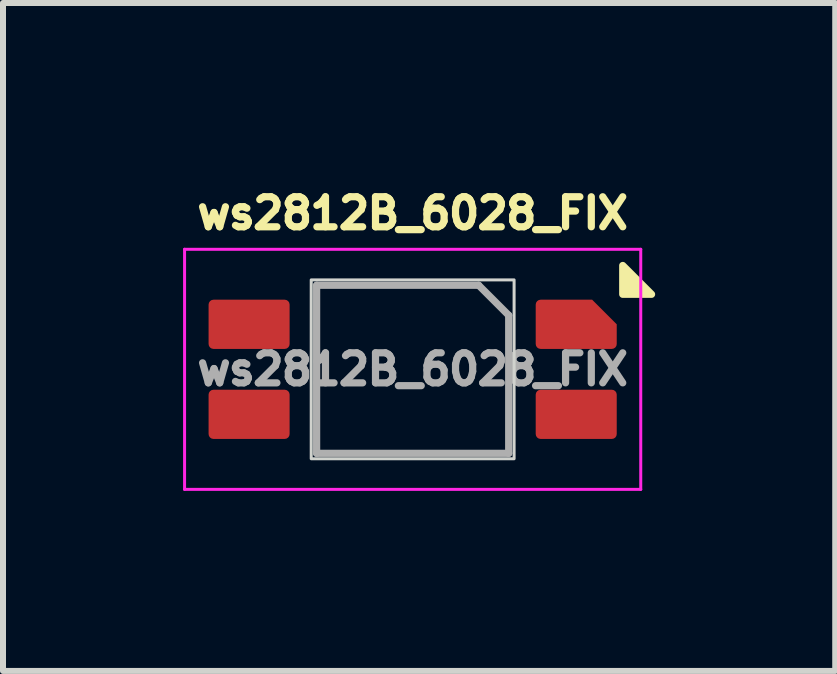
<source format=kicad_pcb>
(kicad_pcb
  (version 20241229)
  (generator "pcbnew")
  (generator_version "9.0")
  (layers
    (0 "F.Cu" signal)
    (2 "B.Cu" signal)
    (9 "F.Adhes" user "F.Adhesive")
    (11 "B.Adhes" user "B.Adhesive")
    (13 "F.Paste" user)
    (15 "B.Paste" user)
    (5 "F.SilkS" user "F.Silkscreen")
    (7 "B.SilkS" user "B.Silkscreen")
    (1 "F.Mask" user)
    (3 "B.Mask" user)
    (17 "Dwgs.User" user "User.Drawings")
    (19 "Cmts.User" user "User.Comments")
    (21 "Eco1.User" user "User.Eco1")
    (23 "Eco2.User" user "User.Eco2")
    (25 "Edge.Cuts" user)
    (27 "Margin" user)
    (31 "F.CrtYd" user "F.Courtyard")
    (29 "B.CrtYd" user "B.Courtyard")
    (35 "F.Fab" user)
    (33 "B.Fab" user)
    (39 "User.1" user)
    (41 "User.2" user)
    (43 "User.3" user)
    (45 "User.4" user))
  (footprint "ws2812B_6028_FIX"
    (layer "F.Cu")
    (at 3.825 3.103)
    (property "Reference" "ws2812B_6028_FIX" (at 0 -2.6 0) (unlocked yes) (layer "F.SilkS") (effects (font (size 0.5 0.5) (thickness 0.12))))
    (attr smd)
    (fp_poly (pts (xy 3.5 -1.25) (xy 3.5 -1.73) (xy 3.98 -1.25) (xy 3.5 -1.25)) (stroke (width 0.12) (type solid)) (fill yes) (layer "F.SilkS"))
    (fp_rect (start -1.69 -1.49) (end 1.69 1.49) (stroke (width 0.05) (type default)) (fill no) (layer "Edge.Cuts"))
    (fp_line (start -3.8 -2) (end -3.8 2) (stroke (width 0.05) (type solid)) (layer "F.CrtYd"))
    (fp_line (start -3.8 2) (end 3.8 2) (stroke (width 0.05) (type solid)) (layer "F.CrtYd"))
    (fp_line (start 3.8 -2) (end -3.8 -2) (stroke (width 0.05) (type solid)) (layer "F.CrtYd"))
    (fp_line (start 3.8 2) (end 3.8 -2) (stroke (width 0.05) (type solid)) (layer "F.CrtYd"))
    (fp_line (start -1.6 -1.4) (end -1.6 1.4) (stroke (width 0.12) (type solid)) (layer "F.Fab"))
    (fp_line (start -1.6 1.4) (end 1.6 1.4) (stroke (width 0.12) (type solid)) (layer "F.Fab"))
    (fp_line (start 1.1 -1.4) (end -1.6 -1.4) (stroke (width 0.12) (type solid)) (layer "F.Fab"))
    (fp_line (start 1.1 -1.4) (end 1.6 -0.9) (stroke (width 0.12) (type solid)) (layer "F.Fab"))
    (fp_line (start 1.6 1.4) (end 1.6 -0.9) (stroke (width 0.12) (type solid)) (layer "F.Fab"))
    (fp_text user "${REFERENCE}" (at 0 0 0) (unlocked yes) (layer "F.Fab") (effects (font (size 0.5 0.5) (thickness 0.12))))
    (pad "1" smd roundrect (at -2.725 0.75 270) (size 0.82 1.35) (layers "F.Cu" "F.Mask" "F.Paste") (roundrect_rratio 0.1))
    (pad "2" smd roundrect (at -2.725 -0.75 270) (size 0.82 1.35) (layers "F.Cu" "F.Mask" "F.Paste") (roundrect_rratio 0.1))
    (pad "3" smd roundrect (at 2.725 -0.75 270) (size 0.82 1.35) (layers "F.Cu" "F.Mask" "F.Paste") (roundrect_rratio 0.1) (chamfer_ratio 0.5) (chamfer top_left))
    (pad "4" smd roundrect (at 2.725 0.75 270) (size 0.82 1.35) (layers "F.Cu" "F.Mask" "F.Paste") (roundrect_rratio 0.1)))
  (gr_rect
    (start -3 -3)
    (end 10.865 8.128)
    (stroke (width 0.1) (type default))
    (fill no)
    (layer "Edge.Cuts")))
</source>
